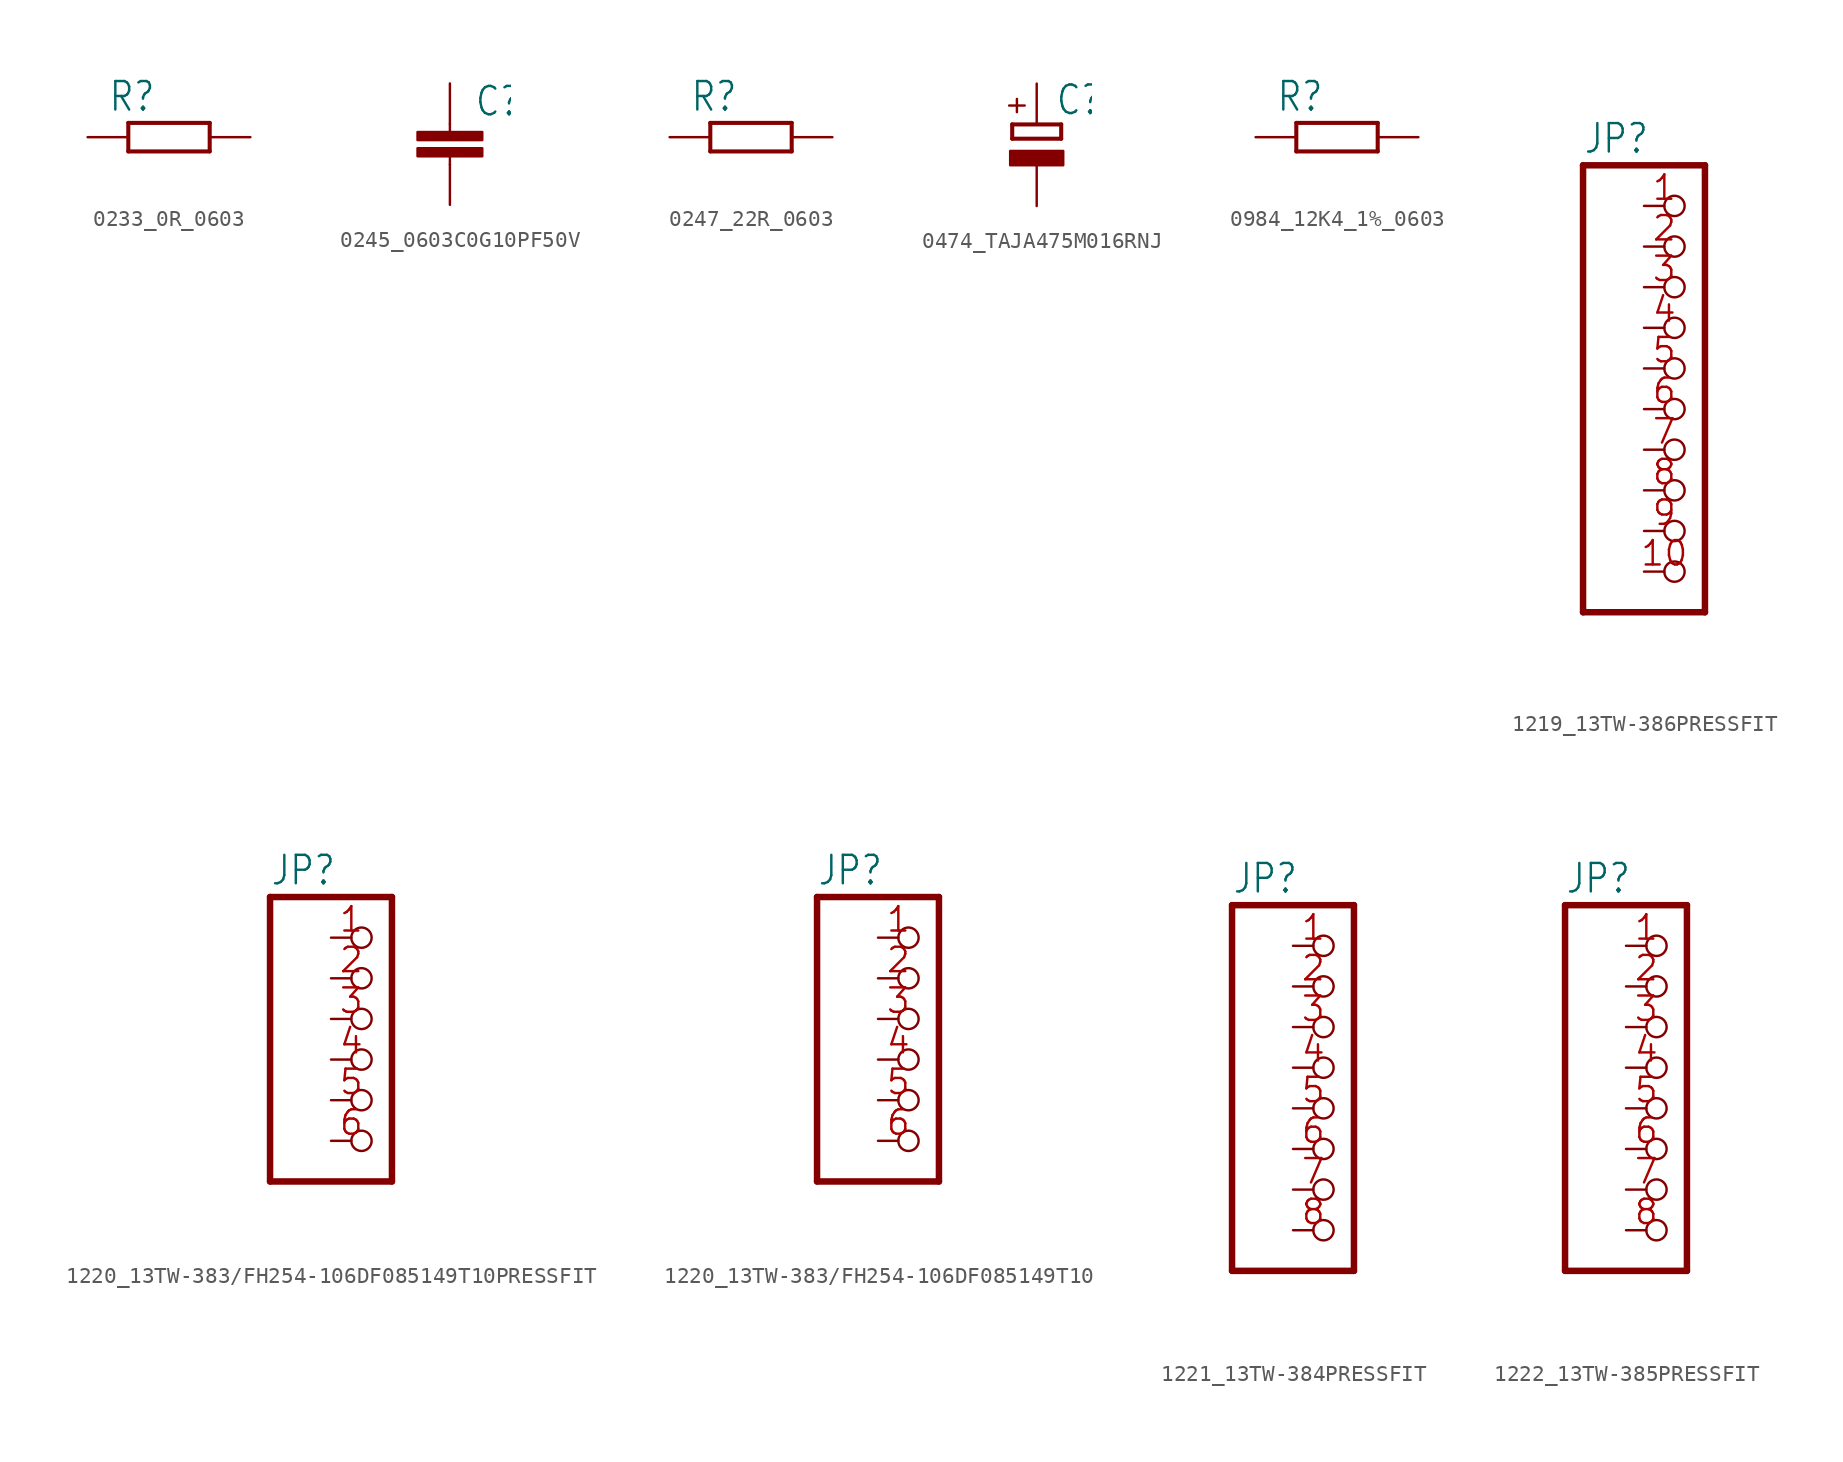
<source format=kicad_sym>
(kicad_symbol_lib
  (version 20241209)
  (generator "kicad_symbol_editor")
  (generator_version "9.0")
  (symbol "0233_0R_0603"
    (property "Reference" "R"
      (at -3.81 1.499 0)
      (effects (font (size 1.778 1.511)) (justify left bottom)))
    (property "Value" ""
      (at -3.81 -3.302 0)
      (effects (font (size 1.778 1.511)) (justify left bottom)))
    (property "ki_locked" ""
      (at 0 0 0)
      (effects (font (size 1.27 1.27))))
    (symbol "0233_0R_0603_1_0"
      (polyline (pts (xy -2.54 -0.889) (xy -2.54 0.889)) (stroke (width 0.254) (type solid)) (fill (type none)))
      (polyline (pts (xy -2.54 -0.889) (xy 2.54 -0.889)) (stroke (width 0.254) (type solid)) (fill (type none)))
      (polyline (pts (xy 2.54 0.889) (xy -2.54 0.889)) (stroke (width 0.254) (type solid)) (fill (type none)))
      (polyline (pts (xy 2.54 -0.889) (xy 2.54 0.889)) (stroke (width 0.254) (type solid)) (fill (type none)))
      (pin passive line (at -5.08 0 0) (length 2.54) (name "1" (effects (font (size 0 0)))) (number "1" (effects (font (size 0 0)))))
      (pin passive line (at 5.08 0 180) (length 2.54) (name "2" (effects (font (size 0 0)))) (number "2" (effects (font (size 0 0)))))))
  (symbol "0245_0603C0G10PF50V"
    (property "Reference" "C"
      (at 1.524 0.381 0)
      (effects (font (size 1.778 1.511)) (justify left bottom)))
    (property "Value" ""
      (at 1.524 -4.699 0)
      (effects (font (size 1.778 1.511)) (justify left bottom)))
    (property "ki_locked" ""
      (at 0 0 0)
      (effects (font (size 1.27 1.27))))
    (symbol "0245_0603C0G10PF50V_1_0"
      (rectangle (start -2.032 -1.016) (end 2.032 -0.508) (stroke (width 0) (type default)) (fill (type outline)))
      (rectangle (start -2.032 -2.032) (end 2.032 -1.524) (stroke (width 0) (type default)) (fill (type outline)))
      (polyline (pts (xy 0 0) (xy 0 -0.508)) (stroke (width 0.152) (type solid)) (fill (type none)))
      (polyline (pts (xy 0 -2.54) (xy 0 -2.032)) (stroke (width 0.152) (type solid)) (fill (type none)))
      (pin passive line (at 0 2.54 270) (length 2.54) (name "1" (effects (font (size 0 0)))) (number "1" (effects (font (size 0 0)))))
      (pin passive line (at 0 -5.08 90) (length 2.54) (name "2" (effects (font (size 0 0)))) (number "2" (effects (font (size 0 0)))))))
  (symbol "0247_22R_0603"
    (property "Reference" "R"
      (at -3.81 1.499 0)
      (effects (font (size 1.778 1.511)) (justify left bottom)))
    (property "Value" ""
      (at -3.81 -3.302 0)
      (effects (font (size 1.778 1.511)) (justify left bottom)))
    (property "ki_locked" ""
      (at 0 0 0)
      (effects (font (size 1.27 1.27))))
    (symbol "0247_22R_0603_1_0"
      (polyline (pts (xy -2.54 -0.889) (xy -2.54 0.889)) (stroke (width 0.254) (type solid)) (fill (type none)))
      (polyline (pts (xy -2.54 -0.889) (xy 2.54 -0.889)) (stroke (width 0.254) (type solid)) (fill (type none)))
      (polyline (pts (xy 2.54 0.889) (xy -2.54 0.889)) (stroke (width 0.254) (type solid)) (fill (type none)))
      (polyline (pts (xy 2.54 -0.889) (xy 2.54 0.889)) (stroke (width 0.254) (type solid)) (fill (type none)))
      (pin passive line (at -5.08 0 0) (length 2.54) (name "1" (effects (font (size 0 0)))) (number "1" (effects (font (size 0 0)))))
      (pin passive line (at 5.08 0 180) (length 2.54) (name "2" (effects (font (size 0 0)))) (number "2" (effects (font (size 0 0)))))))
  (symbol "0474_TAJA475M016RNJ"
    (property "Reference" "C"
      (at 1.143 0.483 0)
      (effects (font (size 1.778 1.511)) (justify left bottom)))
    (property "Value" ""
      (at 1.143 -4.597 0)
      (effects (font (size 1.778 1.511)) (justify left bottom)))
    (property "ki_locked" ""
      (at 0 0 0)
      (effects (font (size 1.27 1.27))))
    (symbol "0474_TAJA475M016RNJ_1_0"
      (rectangle (start -1.651 -2.54) (end 1.651 -1.651) (stroke (width 0) (type default)) (fill (type outline)))
      (polyline (pts (xy -1.524 0) (xy -1.524 -0.889)) (stroke (width 0.254) (type solid)) (fill (type none)))
      (polyline (pts (xy -1.524 0) (xy 1.524 0)) (stroke (width 0.254) (type solid)) (fill (type none)))
      (polyline (pts (xy -1.524 -0.889) (xy 1.524 -0.889)) (stroke (width 0.254) (type solid)) (fill (type none)))
      (polyline (pts (xy 1.524 -0.889) (xy 1.524 0)) (stroke (width 0.254) (type solid)) (fill (type none)))
      (text "+" (at -0.584 0.406 900) (effects (font (size 1.27 1.079)) (justify left bottom)))
      (pin passive line (at 0 2.54 270) (length 2.54) (name "+" (effects (font (size 0 0)))) (number "+" (effects (font (size 0 0)))))
      (pin passive line (at 0 -5.08 90) (length 2.54) (name "-" (effects (font (size 0 0)))) (number "-" (effects (font (size 0 0)))))))
  (symbol "0984_12K4_1%_0603"
    (property "Reference" "R"
      (at -3.81 1.499 0)
      (effects (font (size 1.778 1.511)) (justify left bottom)))
    (property "Value" ""
      (at -3.81 -3.302 0)
      (effects (font (size 1.778 1.511)) (justify left bottom)))
    (property "ki_locked" ""
      (at 0 0 0)
      (effects (font (size 1.27 1.27))))
    (symbol "0984_12K4_1%_0603_1_0"
      (polyline (pts (xy -2.54 -0.889) (xy -2.54 0.889)) (stroke (width 0.254) (type solid)) (fill (type none)))
      (polyline (pts (xy -2.54 -0.889) (xy 2.54 -0.889)) (stroke (width 0.254) (type solid)) (fill (type none)))
      (polyline (pts (xy 2.54 0.889) (xy -2.54 0.889)) (stroke (width 0.254) (type solid)) (fill (type none)))
      (polyline (pts (xy 2.54 -0.889) (xy 2.54 0.889)) (stroke (width 0.254) (type solid)) (fill (type none)))
      (pin passive line (at -5.08 0 0) (length 2.54) (name "1" (effects (font (size 0 0)))) (number "1" (effects (font (size 0 0)))))
      (pin passive line (at 5.08 0 180) (length 2.54) (name "2" (effects (font (size 0 0)))) (number "2" (effects (font (size 0 0)))))))
  (symbol "1219_13TW-386PRESSFIT"
    (property "Reference" "JP"
      (at -6.35 13.335 0)
      (effects (font (size 1.778 1.511)) (justify left bottom)))
    (property "Value" ""
      (at -6.35 -17.78 0)
      (effects (font (size 1.778 1.511)) (justify left bottom)))
    (property "ki_locked" ""
      (at 0 0 0)
      (effects (font (size 1.27 1.27))))
    (symbol "1219_13TW-386PRESSFIT_1_0"
      (polyline (pts (xy -6.35 12.7) (xy -6.35 -15.24)) (stroke (width 0.406) (type solid)) (fill (type none)))
      (polyline (pts (xy -6.35 -15.24) (xy 1.27 -15.24)) (stroke (width 0.406) (type solid)) (fill (type none)))
      (polyline (pts (xy 1.27 12.7) (xy -6.35 12.7)) (stroke (width 0.406) (type solid)) (fill (type none)))
      (polyline (pts (xy 1.27 -15.24) (xy 1.27 12.7)) (stroke (width 0.406) (type solid)) (fill (type none)))
      (pin passive inverted (at -2.54 10.16 0) (length 2.54) (name "1" (effects (font (size 0 0)))) (number "1" (effects (font (size 1.524 1.524)))))
      (pin passive inverted (at -2.54 7.62 0) (length 2.54) (name "2" (effects (font (size 0 0)))) (number "2" (effects (font (size 1.524 1.524)))))
      (pin passive inverted (at -2.54 5.08 0) (length 2.54) (name "3" (effects (font (size 0 0)))) (number "3" (effects (font (size 1.524 1.524)))))
      (pin passive inverted (at -2.54 2.54 0) (length 2.54) (name "4" (effects (font (size 0 0)))) (number "4" (effects (font (size 1.524 1.524)))))
      (pin passive inverted (at -2.54 0 0) (length 2.54) (name "5" (effects (font (size 0 0)))) (number "5" (effects (font (size 1.524 1.524)))))
      (pin passive inverted (at -2.54 -2.54 0) (length 2.54) (name "6" (effects (font (size 0 0)))) (number "6" (effects (font (size 1.524 1.524)))))
      (pin passive inverted (at -2.54 -5.08 0) (length 2.54) (name "7" (effects (font (size 0 0)))) (number "7" (effects (font (size 1.524 1.524)))))
      (pin passive inverted (at -2.54 -7.62 0) (length 2.54) (name "8" (effects (font (size 0 0)))) (number "8" (effects (font (size 1.524 1.524)))))
      (pin passive inverted (at -2.54 -10.16 0) (length 2.54) (name "9" (effects (font (size 0 0)))) (number "9" (effects (font (size 1.524 1.524)))))
      (pin passive inverted (at -2.54 -12.7 0) (length 2.54) (name "10" (effects (font (size 0 0)))) (number "10" (effects (font (size 1.524 1.524)))))))
  (symbol "1220_13TW-383/FH254-106DF085149T10PRESSFIT"
    (property "Reference" "JP"
      (at -6.35 10.795 0)
      (effects (font (size 1.778 1.511)) (justify left bottom)))
    (property "Value" ""
      (at -6.35 -10.16 0)
      (effects (font (size 1.778 1.511)) (justify left bottom)))
    (property "ki_locked" ""
      (at 0 0 0)
      (effects (font (size 1.27 1.27))))
    (symbol "1220_13TW-383/FH254-106DF085149T10PRESSFIT_1_0"
      (polyline (pts (xy -6.35 10.16) (xy -6.35 -7.62)) (stroke (width 0.406) (type solid)) (fill (type none)))
      (polyline (pts (xy -6.35 -7.62) (xy 1.27 -7.62)) (stroke (width 0.406) (type solid)) (fill (type none)))
      (polyline (pts (xy 1.27 10.16) (xy -6.35 10.16)) (stroke (width 0.406) (type solid)) (fill (type none)))
      (polyline (pts (xy 1.27 -7.62) (xy 1.27 10.16)) (stroke (width 0.406) (type solid)) (fill (type none)))
      (pin passive inverted (at -2.54 7.62 0) (length 2.54) (name "1" (effects (font (size 0 0)))) (number "1" (effects (font (size 1.524 1.524)))))
      (pin passive inverted (at -2.54 5.08 0) (length 2.54) (name "2" (effects (font (size 0 0)))) (number "2" (effects (font (size 1.524 1.524)))))
      (pin passive inverted (at -2.54 2.54 0) (length 2.54) (name "3" (effects (font (size 0 0)))) (number "3" (effects (font (size 1.524 1.524)))))
      (pin passive inverted (at -2.54 0 0) (length 2.54) (name "4" (effects (font (size 0 0)))) (number "4" (effects (font (size 1.524 1.524)))))
      (pin passive inverted (at -2.54 -2.54 0) (length 2.54) (name "5" (effects (font (size 0 0)))) (number "5" (effects (font (size 1.524 1.524)))))
      (pin passive inverted (at -2.54 -5.08 0) (length 2.54) (name "6" (effects (font (size 0 0)))) (number "6" (effects (font (size 1.524 1.524)))))))
  (symbol "1220_13TW-383/FH254-106DF085149T10"
    (property "Reference" "JP"
      (at -6.35 10.795 0)
      (effects (font (size 1.778 1.511)) (justify left bottom)))
    (property "Value" ""
      (at -6.35 -10.16 0)
      (effects (font (size 1.778 1.511)) (justify left bottom)))
    (property "ki_locked" ""
      (at 0 0 0)
      (effects (font (size 1.27 1.27))))
    (symbol "1220_13TW-383/FH254-106DF085149T10_1_0"
      (polyline (pts (xy -6.35 10.16) (xy -6.35 -7.62)) (stroke (width 0.406) (type solid)) (fill (type none)))
      (polyline (pts (xy -6.35 -7.62) (xy 1.27 -7.62)) (stroke (width 0.406) (type solid)) (fill (type none)))
      (polyline (pts (xy 1.27 10.16) (xy -6.35 10.16)) (stroke (width 0.406) (type solid)) (fill (type none)))
      (polyline (pts (xy 1.27 -7.62) (xy 1.27 10.16)) (stroke (width 0.406) (type solid)) (fill (type none)))
      (pin passive inverted (at -2.54 7.62 0) (length 2.54) (name "1" (effects (font (size 0 0)))) (number "1" (effects (font (size 1.524 1.524)))))
      (pin passive inverted (at -2.54 5.08 0) (length 2.54) (name "2" (effects (font (size 0 0)))) (number "2" (effects (font (size 1.524 1.524)))))
      (pin passive inverted (at -2.54 2.54 0) (length 2.54) (name "3" (effects (font (size 0 0)))) (number "3" (effects (font (size 1.524 1.524)))))
      (pin passive inverted (at -2.54 0 0) (length 2.54) (name "4" (effects (font (size 0 0)))) (number "4" (effects (font (size 1.524 1.524)))))
      (pin passive inverted (at -2.54 -2.54 0) (length 2.54) (name "5" (effects (font (size 0 0)))) (number "5" (effects (font (size 1.524 1.524)))))
      (pin passive inverted (at -2.54 -5.08 0) (length 2.54) (name "6" (effects (font (size 0 0)))) (number "6" (effects (font (size 1.524 1.524)))))))
  (symbol "1221_13TW-384PRESSFIT"
    (property "Reference" "JP"
      (at -6.35 13.335 0)
      (effects (font (size 1.778 1.511)) (justify left bottom)))
    (property "Value" ""
      (at -6.35 -12.7 0)
      (effects (font (size 1.778 1.511)) (justify left bottom)))
    (property "ki_locked" ""
      (at 0 0 0)
      (effects (font (size 1.27 1.27))))
    (symbol "1221_13TW-384PRESSFIT_1_0"
      (polyline (pts (xy -6.35 12.7) (xy -6.35 -10.16)) (stroke (width 0.406) (type solid)) (fill (type none)))
      (polyline (pts (xy -6.35 -10.16) (xy 1.27 -10.16)) (stroke (width 0.406) (type solid)) (fill (type none)))
      (polyline (pts (xy 1.27 12.7) (xy -6.35 12.7)) (stroke (width 0.406) (type solid)) (fill (type none)))
      (polyline (pts (xy 1.27 -10.16) (xy 1.27 12.7)) (stroke (width 0.406) (type solid)) (fill (type none)))
      (pin passive inverted (at -2.54 10.16 0) (length 2.54) (name "1" (effects (font (size 0 0)))) (number "1" (effects (font (size 1.524 1.524)))))
      (pin passive inverted (at -2.54 7.62 0) (length 2.54) (name "2" (effects (font (size 0 0)))) (number "2" (effects (font (size 1.524 1.524)))))
      (pin passive inverted (at -2.54 5.08 0) (length 2.54) (name "3" (effects (font (size 0 0)))) (number "3" (effects (font (size 1.524 1.524)))))
      (pin passive inverted (at -2.54 2.54 0) (length 2.54) (name "4" (effects (font (size 0 0)))) (number "4" (effects (font (size 1.524 1.524)))))
      (pin passive inverted (at -2.54 0 0) (length 2.54) (name "5" (effects (font (size 0 0)))) (number "5" (effects (font (size 1.524 1.524)))))
      (pin passive inverted (at -2.54 -2.54 0) (length 2.54) (name "6" (effects (font (size 0 0)))) (number "6" (effects (font (size 1.524 1.524)))))
      (pin passive inverted (at -2.54 -5.08 0) (length 2.54) (name "7" (effects (font (size 0 0)))) (number "7" (effects (font (size 1.524 1.524)))))
      (pin passive inverted (at -2.54 -7.62 0) (length 2.54) (name "8" (effects (font (size 0 0)))) (number "8" (effects (font (size 1.524 1.524)))))))
  (symbol "1222_13TW-385PRESSFIT"
    (property "Reference" "JP"
      (at -6.35 13.335 0)
      (effects (font (size 1.778 1.511)) (justify left bottom)))
    (property "Value" ""
      (at -6.35 -12.7 0)
      (effects (font (size 1.778 1.511)) (justify left bottom)))
    (property "ki_locked" ""
      (at 0 0 0)
      (effects (font (size 1.27 1.27))))
    (symbol "1222_13TW-385PRESSFIT_1_0"
      (polyline (pts (xy -6.35 12.7) (xy -6.35 -10.16)) (stroke (width 0.406) (type solid)) (fill (type none)))
      (polyline (pts (xy -6.35 -10.16) (xy 1.27 -10.16)) (stroke (width 0.406) (type solid)) (fill (type none)))
      (polyline (pts (xy 1.27 12.7) (xy -6.35 12.7)) (stroke (width 0.406) (type solid)) (fill (type none)))
      (polyline (pts (xy 1.27 -10.16) (xy 1.27 12.7)) (stroke (width 0.406) (type solid)) (fill (type none)))
      (pin passive inverted (at -2.54 10.16 0) (length 2.54) (name "1" (effects (font (size 0 0)))) (number "1" (effects (font (size 1.524 1.524)))))
      (pin passive inverted (at -2.54 7.62 0) (length 2.54) (name "2" (effects (font (size 0 0)))) (number "2" (effects (font (size 1.524 1.524)))))
      (pin passive inverted (at -2.54 5.08 0) (length 2.54) (name "3" (effects (font (size 0 0)))) (number "3" (effects (font (size 1.524 1.524)))))
      (pin passive inverted (at -2.54 2.54 0) (length 2.54) (name "4" (effects (font (size 0 0)))) (number "4" (effects (font (size 1.524 1.524)))))
      (pin passive inverted (at -2.54 0 0) (length 2.54) (name "5" (effects (font (size 0 0)))) (number "5" (effects (font (size 1.524 1.524)))))
      (pin passive inverted (at -2.54 -2.54 0) (length 2.54) (name "6" (effects (font (size 0 0)))) (number "6" (effects (font (size 1.524 1.524)))))
      (pin passive inverted (at -2.54 -5.08 0) (length 2.54) (name "7" (effects (font (size 0 0)))) (number "7" (effects (font (size 1.524 1.524)))))
      (pin passive inverted (at -2.54 -7.62 0) (length 2.54) (name "8" (effects (font (size 0 0)))) (number "8" (effects (font (size 1.524 1.524))))))))
</source>
